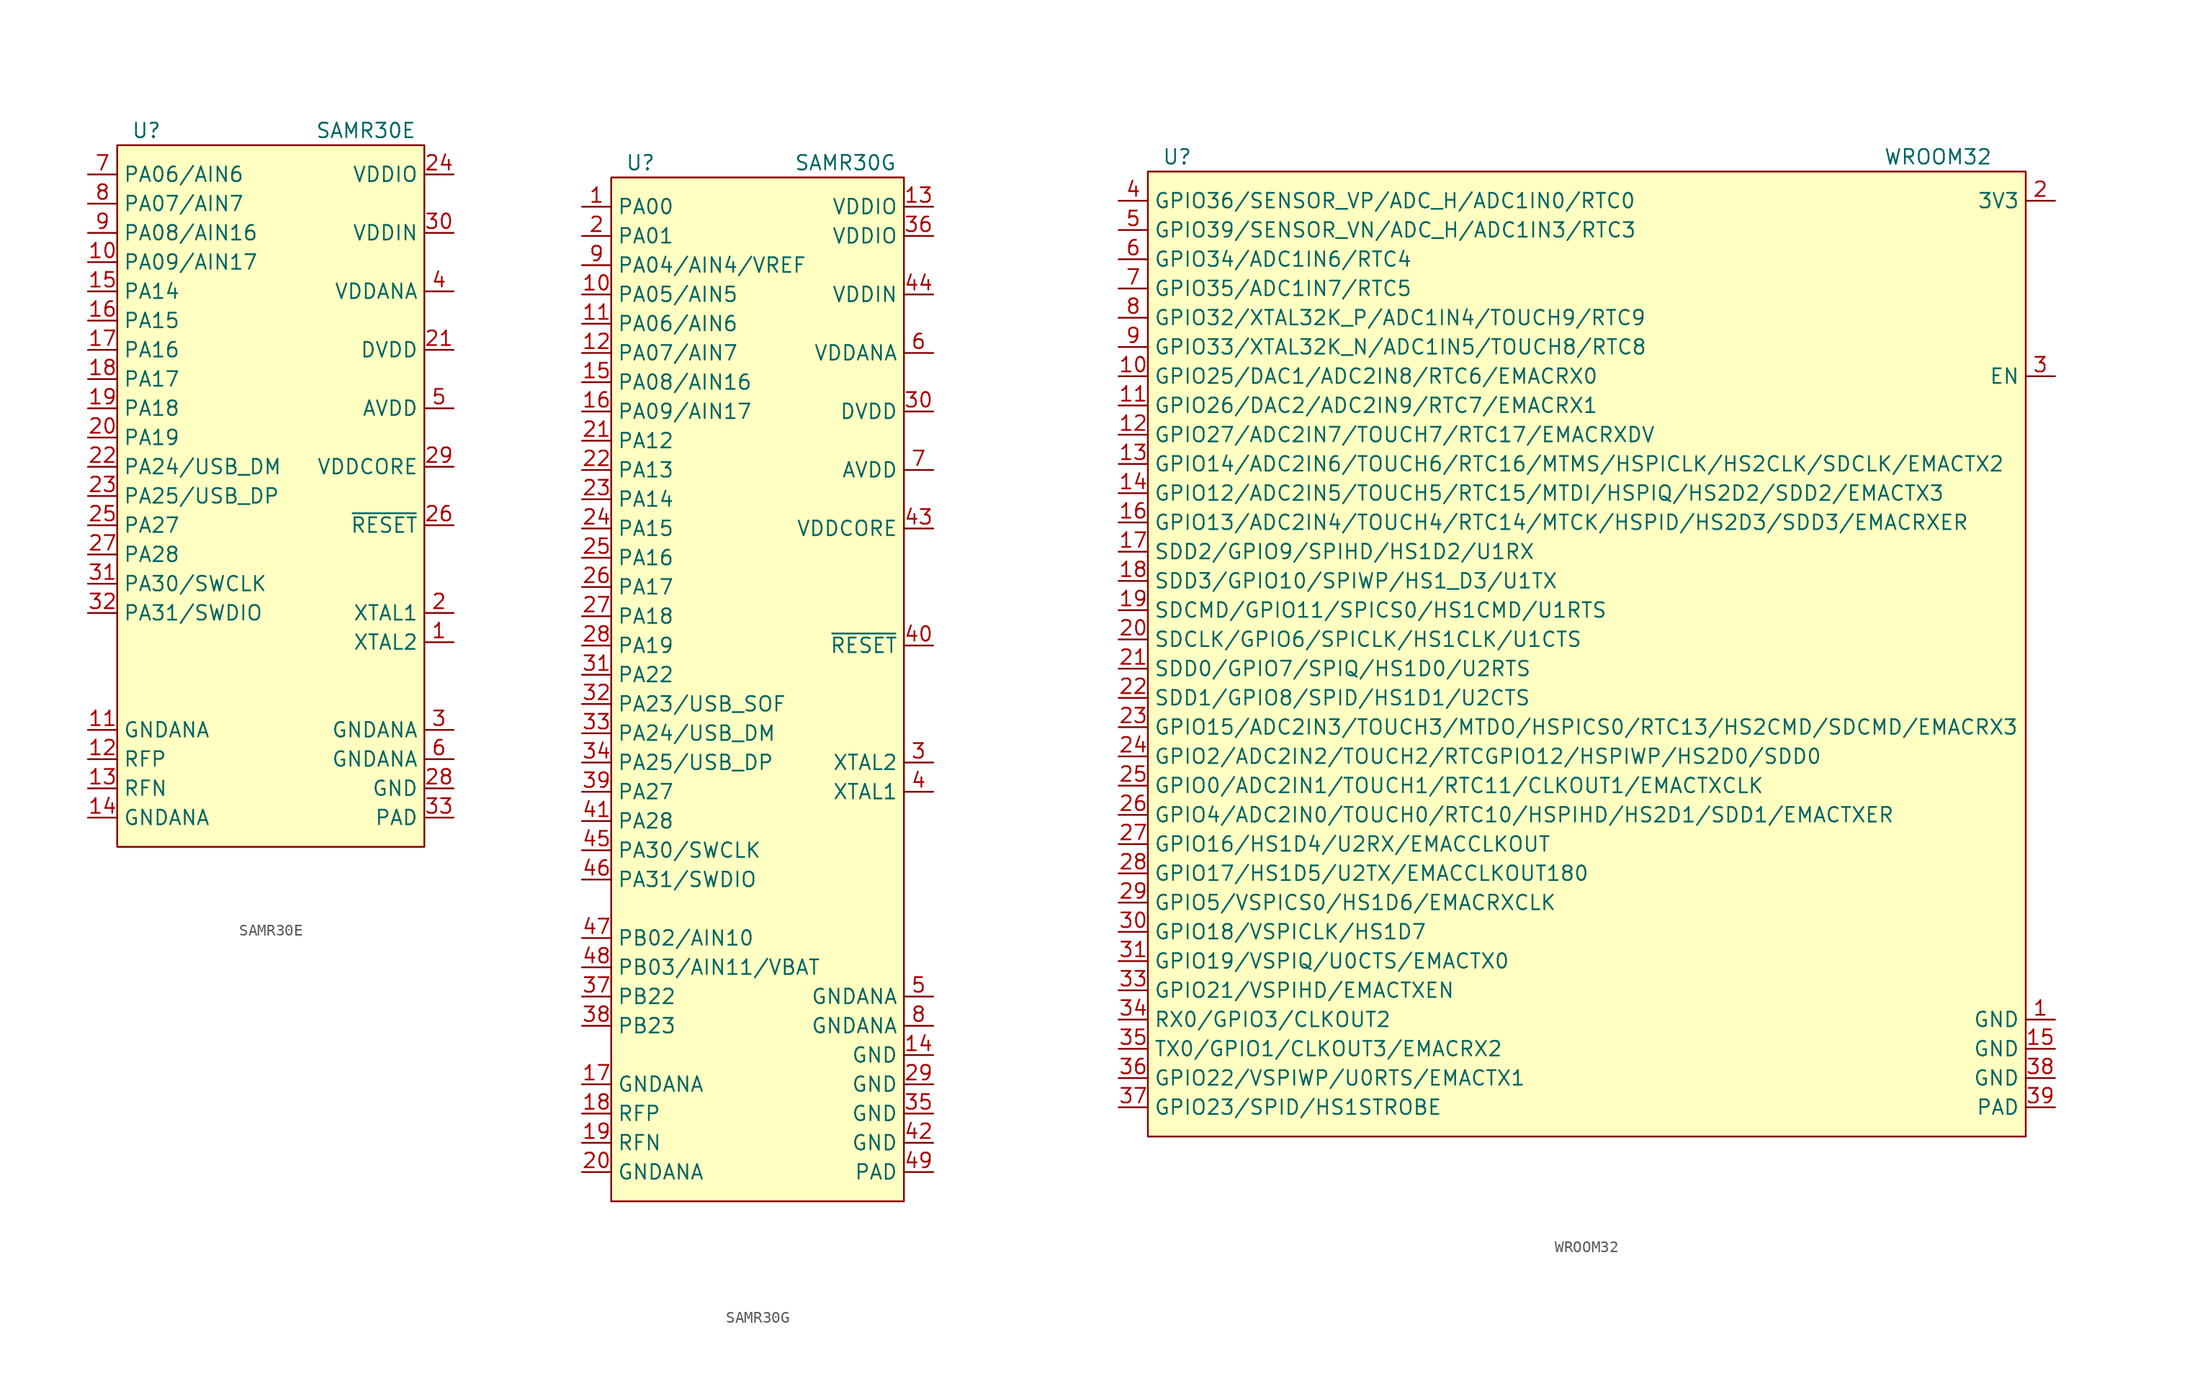
<source format=kicad_sym>
(kicad_symbol_lib
  (version 20220914)
  (generator kicad_symbol_editor)
  (symbol "SAMR30E"
    (property "Reference" "U"
      (at -10.16 34.29 0)
      (effects (font (size 1.27 1.27))))
    (property "Value" "SAMR30E"
      (at 8.89 34.29 0)
      (effects (font (size 1.27 1.27))))
    (symbol "SAMR30E_0_1"
      (rectangle (start -12.7 -27.94) (end 13.97 33.02) (stroke (width 0) (type default)) (fill (type background))))
    (symbol "SAMR30E_1_1"
      (pin output line (at 16.51 -10.16 180) (length 2.54) (name "XTAL2" (effects (font (size 1.27 1.27)))) (number "1" (effects (font (size 1.27 1.27)))))
      (pin bidirectional line (at -15.24 22.86 0) (length 2.54) (name "PA09/AIN17" (effects (font (size 1.27 1.27)))) (number "10" (effects (font (size 1.27 1.27)))))
      (pin power_in line (at -15.24 -17.78 0) (length 2.54) (name "GNDANA" (effects (font (size 1.27 1.27)))) (number "11" (effects (font (size 1.27 1.27)))))
      (pin bidirectional line (at -15.24 -20.32 0) (length 2.54) (name "RFP" (effects (font (size 1.27 1.27)))) (number "12" (effects (font (size 1.27 1.27)))))
      (pin bidirectional line (at -15.24 -22.86 0) (length 2.54) (name "RFN" (effects (font (size 1.27 1.27)))) (number "13" (effects (font (size 1.27 1.27)))))
      (pin bidirectional line (at -15.24 -25.4 0) (length 2.54) (name "GNDANA" (effects (font (size 1.27 1.27)))) (number "14" (effects (font (size 1.27 1.27)))))
      (pin bidirectional line (at -15.24 20.32 0) (length 2.54) (name "PA14" (effects (font (size 1.27 1.27)))) (number "15" (effects (font (size 1.27 1.27)))))
      (pin bidirectional line (at -15.24 17.78 0) (length 2.54) (name "PA15" (effects (font (size 1.27 1.27)))) (number "16" (effects (font (size 1.27 1.27)))))
      (pin bidirectional line (at -15.24 15.24 0) (length 2.54) (name "PA16" (effects (font (size 1.27 1.27)))) (number "17" (effects (font (size 1.27 1.27)))))
      (pin bidirectional line (at -15.24 12.7 0) (length 2.54) (name "PA17" (effects (font (size 1.27 1.27)))) (number "18" (effects (font (size 1.27 1.27)))))
      (pin bidirectional line (at -15.24 10.16 0) (length 2.54) (name "PA18" (effects (font (size 1.27 1.27)))) (number "19" (effects (font (size 1.27 1.27)))))
      (pin input line (at 16.51 -7.62 180) (length 2.54) (name "XTAL1" (effects (font (size 1.27 1.27)))) (number "2" (effects (font (size 1.27 1.27)))))
      (pin bidirectional line (at -15.24 7.62 0) (length 2.54) (name "PA19" (effects (font (size 1.27 1.27)))) (number "20" (effects (font (size 1.27 1.27)))))
      (pin power_out line (at 16.51 15.24 180) (length 2.54) (name "DVDD" (effects (font (size 1.27 1.27)))) (number "21" (effects (font (size 1.27 1.27)))))
      (pin bidirectional line (at -15.24 5.08 0) (length 2.54) (name "PA24/USB_DM" (effects (font (size 1.27 1.27)))) (number "22" (effects (font (size 1.27 1.27)))))
      (pin bidirectional line (at -15.24 2.54 0) (length 2.54) (name "PA25/USB_DP" (effects (font (size 1.27 1.27)))) (number "23" (effects (font (size 1.27 1.27)))))
      (pin power_in line (at 16.51 30.48 180) (length 2.54) (name "VDDIO" (effects (font (size 1.27 1.27)))) (number "24" (effects (font (size 1.27 1.27)))))
      (pin bidirectional line (at -15.24 0 0) (length 2.54) (name "PA27" (effects (font (size 1.27 1.27)))) (number "25" (effects (font (size 1.27 1.27)))))
      (pin input line (at 16.51 0 180) (length 2.54) (name "~{RESET}" (effects (font (size 1.27 1.27)))) (number "26" (effects (font (size 1.27 1.27)))))
      (pin bidirectional line (at -15.24 -2.54 0) (length 2.54) (name "PA28" (effects (font (size 1.27 1.27)))) (number "27" (effects (font (size 1.27 1.27)))))
      (pin power_in line (at 16.51 -22.86 180) (length 2.54) (name "GND" (effects (font (size 1.27 1.27)))) (number "28" (effects (font (size 1.27 1.27)))))
      (pin power_out line (at 16.51 5.08 180) (length 2.54) (name "VDDCORE" (effects (font (size 1.27 1.27)))) (number "29" (effects (font (size 1.27 1.27)))))
      (pin power_in line (at 16.51 -17.78 180) (length 2.54) (name "GNDANA" (effects (font (size 1.27 1.27)))) (number "3" (effects (font (size 1.27 1.27)))))
      (pin power_in line (at 16.51 25.4 180) (length 2.54) (name "VDDIN" (effects (font (size 1.27 1.27)))) (number "30" (effects (font (size 1.27 1.27)))))
      (pin bidirectional line (at -15.24 -5.08 0) (length 2.54) (name "PA30/SWCLK" (effects (font (size 1.27 1.27)))) (number "31" (effects (font (size 1.27 1.27)))))
      (pin bidirectional line (at -15.24 -7.62 0) (length 2.54) (name "PA31/SWDIO" (effects (font (size 1.27 1.27)))) (number "32" (effects (font (size 1.27 1.27)))))
      (pin power_in line (at 16.51 -25.4 180) (length 2.54) (name "PAD" (effects (font (size 1.27 1.27)))) (number "33" (effects (font (size 1.27 1.27)))))
      (pin power_in line (at 16.51 20.32 180) (length 2.54) (name "VDDANA" (effects (font (size 1.27 1.27)))) (number "4" (effects (font (size 1.27 1.27)))))
      (pin power_out line (at 16.51 10.16 180) (length 2.54) (name "AVDD" (effects (font (size 1.27 1.27)))) (number "5" (effects (font (size 1.27 1.27)))))
      (pin power_in line (at 16.51 -20.32 180) (length 2.54) (name "GNDANA" (effects (font (size 1.27 1.27)))) (number "6" (effects (font (size 1.27 1.27)))))
      (pin bidirectional line (at -15.24 30.48 0) (length 2.54) (name "PA06/AIN6" (effects (font (size 1.27 1.27)))) (number "7" (effects (font (size 1.27 1.27)))))
      (pin bidirectional line (at -15.24 27.94 0) (length 2.54) (name "PA07/AIN7" (effects (font (size 1.27 1.27)))) (number "8" (effects (font (size 1.27 1.27)))))
      (pin bidirectional line (at -15.24 25.4 0) (length 2.54) (name "PA08/AIN16" (effects (font (size 1.27 1.27)))) (number "9" (effects (font (size 1.27 1.27)))))))
  (symbol "SAMR30G"
    (property "Reference" "U"
      (at -11.43 39.37 0)
      (effects (font (size 1.27 1.27))))
    (property "Value" "SAMR30G"
      (at 6.35 39.37 0)
      (effects (font (size 1.27 1.27))))
    (symbol "SAMR30G_0_1"
      (rectangle (start -13.97 -50.8) (end 11.43 38.1) (stroke (width 0) (type default)) (fill (type background))))
    (symbol "SAMR30G_1_1"
      (pin bidirectional line (at -16.51 35.56 0) (length 2.54) (name "PA00" (effects (font (size 1.27 1.27)))) (number "1" (effects (font (size 1.27 1.27)))))
      (pin bidirectional line (at -16.51 27.94 0) (length 2.54) (name "PA05/AIN5" (effects (font (size 1.27 1.27)))) (number "10" (effects (font (size 1.27 1.27)))))
      (pin bidirectional line (at -16.51 25.4 0) (length 2.54) (name "PA06/AIN6" (effects (font (size 1.27 1.27)))) (number "11" (effects (font (size 1.27 1.27)))))
      (pin bidirectional line (at -16.51 22.86 0) (length 2.54) (name "PA07/AIN7" (effects (font (size 1.27 1.27)))) (number "12" (effects (font (size 1.27 1.27)))))
      (pin power_in line (at 13.97 35.56 180) (length 2.54) (name "VDDIO" (effects (font (size 1.27 1.27)))) (number "13" (effects (font (size 1.27 1.27)))))
      (pin power_in line (at 13.97 -38.1 180) (length 2.54) (name "GND" (effects (font (size 1.27 1.27)))) (number "14" (effects (font (size 1.27 1.27)))))
      (pin bidirectional line (at -16.51 20.32 0) (length 2.54) (name "PA08/AIN16" (effects (font (size 1.27 1.27)))) (number "15" (effects (font (size 1.27 1.27)))))
      (pin bidirectional line (at -16.51 17.78 0) (length 2.54) (name "PA09/AIN17" (effects (font (size 1.27 1.27)))) (number "16" (effects (font (size 1.27 1.27)))))
      (pin power_in line (at -16.51 -40.64 0) (length 2.54) (name "GNDANA" (effects (font (size 1.27 1.27)))) (number "17" (effects (font (size 1.27 1.27)))))
      (pin bidirectional line (at -16.51 -43.18 0) (length 2.54) (name "RFP" (effects (font (size 1.27 1.27)))) (number "18" (effects (font (size 1.27 1.27)))))
      (pin bidirectional line (at -16.51 -45.72 0) (length 2.54) (name "RFN" (effects (font (size 1.27 1.27)))) (number "19" (effects (font (size 1.27 1.27)))))
      (pin bidirectional line (at -16.51 33.02 0) (length 2.54) (name "PA01" (effects (font (size 1.27 1.27)))) (number "2" (effects (font (size 1.27 1.27)))))
      (pin power_in line (at -16.51 -48.26 0) (length 2.54) (name "GNDANA" (effects (font (size 1.27 1.27)))) (number "20" (effects (font (size 1.27 1.27)))))
      (pin bidirectional line (at -16.51 15.24 0) (length 2.54) (name "PA12" (effects (font (size 1.27 1.27)))) (number "21" (effects (font (size 1.27 1.27)))))
      (pin bidirectional line (at -16.51 12.7 0) (length 2.54) (name "PA13" (effects (font (size 1.27 1.27)))) (number "22" (effects (font (size 1.27 1.27)))))
      (pin bidirectional line (at -16.51 10.16 0) (length 2.54) (name "PA14" (effects (font (size 1.27 1.27)))) (number "23" (effects (font (size 1.27 1.27)))))
      (pin bidirectional line (at -16.51 7.62 0) (length 2.54) (name "PA15" (effects (font (size 1.27 1.27)))) (number "24" (effects (font (size 1.27 1.27)))))
      (pin bidirectional line (at -16.51 5.08 0) (length 2.54) (name "PA16" (effects (font (size 1.27 1.27)))) (number "25" (effects (font (size 1.27 1.27)))))
      (pin bidirectional line (at -16.51 2.54 0) (length 2.54) (name "PA17" (effects (font (size 1.27 1.27)))) (number "26" (effects (font (size 1.27 1.27)))))
      (pin bidirectional line (at -16.51 0 0) (length 2.54) (name "PA18" (effects (font (size 1.27 1.27)))) (number "27" (effects (font (size 1.27 1.27)))))
      (pin bidirectional line (at -16.51 -2.54 0) (length 2.54) (name "PA19" (effects (font (size 1.27 1.27)))) (number "28" (effects (font (size 1.27 1.27)))))
      (pin power_in line (at 13.97 -40.64 180) (length 2.54) (name "GND" (effects (font (size 1.27 1.27)))) (number "29" (effects (font (size 1.27 1.27)))))
      (pin output line (at 13.97 -12.7 180) (length 2.54) (name "XTAL2" (effects (font (size 1.27 1.27)))) (number "3" (effects (font (size 1.27 1.27)))))
      (pin power_out line (at 13.97 17.78 180) (length 2.54) (name "DVDD" (effects (font (size 1.27 1.27)))) (number "30" (effects (font (size 1.27 1.27)))))
      (pin bidirectional line (at -16.51 -5.08 0) (length 2.54) (name "PA22" (effects (font (size 1.27 1.27)))) (number "31" (effects (font (size 1.27 1.27)))))
      (pin bidirectional line (at -16.51 -7.62 0) (length 2.54) (name "PA23/USB_SOF" (effects (font (size 1.27 1.27)))) (number "32" (effects (font (size 1.27 1.27)))))
      (pin bidirectional line (at -16.51 -10.16 0) (length 2.54) (name "PA24/USB_DM" (effects (font (size 1.27 1.27)))) (number "33" (effects (font (size 1.27 1.27)))))
      (pin bidirectional line (at -16.51 -12.7 0) (length 2.54) (name "PA25/USB_DP" (effects (font (size 1.27 1.27)))) (number "34" (effects (font (size 1.27 1.27)))))
      (pin power_in line (at 13.97 -43.18 180) (length 2.54) (name "GND" (effects (font (size 1.27 1.27)))) (number "35" (effects (font (size 1.27 1.27)))))
      (pin power_in line (at 13.97 33.02 180) (length 2.54) (name "VDDIO" (effects (font (size 1.27 1.27)))) (number "36" (effects (font (size 1.27 1.27)))))
      (pin bidirectional line (at -16.51 -33.02 0) (length 2.54) (name "PB22" (effects (font (size 1.27 1.27)))) (number "37" (effects (font (size 1.27 1.27)))))
      (pin bidirectional line (at -16.51 -35.56 0) (length 2.54) (name "PB23" (effects (font (size 1.27 1.27)))) (number "38" (effects (font (size 1.27 1.27)))))
      (pin bidirectional line (at -16.51 -15.24 0) (length 2.54) (name "PA27" (effects (font (size 1.27 1.27)))) (number "39" (effects (font (size 1.27 1.27)))))
      (pin input line (at 13.97 -15.24 180) (length 2.54) (name "XTAL1" (effects (font (size 1.27 1.27)))) (number "4" (effects (font (size 1.27 1.27)))))
      (pin input line (at 13.97 -2.54 180) (length 2.54) (name "~{RESET}" (effects (font (size 1.27 1.27)))) (number "40" (effects (font (size 1.27 1.27)))))
      (pin bidirectional line (at -16.51 -17.78 0) (length 2.54) (name "PA28" (effects (font (size 1.27 1.27)))) (number "41" (effects (font (size 1.27 1.27)))))
      (pin power_in line (at 13.97 -45.72 180) (length 2.54) (name "GND" (effects (font (size 1.27 1.27)))) (number "42" (effects (font (size 1.27 1.27)))))
      (pin power_out line (at 13.97 7.62 180) (length 2.54) (name "VDDCORE" (effects (font (size 1.27 1.27)))) (number "43" (effects (font (size 1.27 1.27)))))
      (pin power_in line (at 13.97 27.94 180) (length 2.54) (name "VDDIN" (effects (font (size 1.27 1.27)))) (number "44" (effects (font (size 1.27 1.27)))))
      (pin bidirectional line (at -16.51 -20.32 0) (length 2.54) (name "PA30/SWCLK" (effects (font (size 1.27 1.27)))) (number "45" (effects (font (size 1.27 1.27)))))
      (pin bidirectional line (at -16.51 -22.86 0) (length 2.54) (name "PA31/SWDIO" (effects (font (size 1.27 1.27)))) (number "46" (effects (font (size 1.27 1.27)))))
      (pin bidirectional line (at -16.51 -27.94 0) (length 2.54) (name "PB02/AIN10" (effects (font (size 1.27 1.27)))) (number "47" (effects (font (size 1.27 1.27)))))
      (pin bidirectional line (at -16.51 -30.48 0) (length 2.54) (name "PB03/AIN11/VBAT" (effects (font (size 1.27 1.27)))) (number "48" (effects (font (size 1.27 1.27)))))
      (pin power_in line (at 13.97 -48.26 180) (length 2.54) (name "PAD" (effects (font (size 1.27 1.27)))) (number "49" (effects (font (size 1.27 1.27)))))
      (pin power_in line (at 13.97 -33.02 180) (length 2.54) (name "GNDANA" (effects (font (size 1.27 1.27)))) (number "5" (effects (font (size 1.27 1.27)))))
      (pin power_in line (at 13.97 22.86 180) (length 2.54) (name "VDDANA" (effects (font (size 1.27 1.27)))) (number "6" (effects (font (size 1.27 1.27)))))
      (pin power_out line (at 13.97 12.7 180) (length 2.54) (name "AVDD" (effects (font (size 1.27 1.27)))) (number "7" (effects (font (size 1.27 1.27)))))
      (pin power_in line (at 13.97 -35.56 180) (length 2.54) (name "GNDANA" (effects (font (size 1.27 1.27)))) (number "8" (effects (font (size 1.27 1.27)))))
      (pin bidirectional line (at -16.51 30.48 0) (length 2.54) (name "PA04/AIN4/VREF" (effects (font (size 1.27 1.27)))) (number "9" (effects (font (size 1.27 1.27)))))))
  (symbol "WROOM32"
    (property "Reference" "U"
      (at -27.94 44.45 0)
      (effects (font (size 1.27 1.27))))
    (property "Value" "WROOM32"
      (at 38.1 44.45 0)
      (effects (font (size 1.27 1.27))))
    (symbol "WROOM32_0_1"
      (rectangle (start -30.48 43.18) (end 45.72 -40.64) (stroke (width 0) (type default)) (fill (type background))))
    (symbol "WROOM32_1_1"
      (pin power_in line (at 48.26 -30.48 180) (length 2.54) (name "GND" (effects (font (size 1.27 1.27)))) (number "1" (effects (font (size 1.27 1.27)))))
      (pin bidirectional line (at -33.02 25.4 0) (length 2.54) (name "GPIO25/DAC1/ADC2IN8/RTC6/EMACRX0" (effects (font (size 1.27 1.27)))) (number "10" (effects (font (size 1.27 1.27)))))
      (pin bidirectional line (at -33.02 22.86 0) (length 2.54) (name "GPIO26/DAC2/ADC2IN9/RTC7/EMACRX1" (effects (font (size 1.27 1.27)))) (number "11" (effects (font (size 1.27 1.27)))))
      (pin bidirectional line (at -33.02 20.32 0) (length 2.54) (name "GPIO27/ADC2IN7/TOUCH7/RTC17/EMACRXDV" (effects (font (size 1.27 1.27)))) (number "12" (effects (font (size 1.27 1.27)))))
      (pin bidirectional line (at -33.02 17.78 0) (length 2.54) (name "GPIO14/ADC2IN6/TOUCH6/RTC16/MTMS/HSPICLK/HS2CLK/SDCLK/EMACTX2" (effects (font (size 1.27 1.27)))) (number "13" (effects (font (size 1.27 1.27)))))
      (pin bidirectional line (at -33.02 15.24 0) (length 2.54) (name "GPIO12/ADC2IN5/TOUCH5/RTC15/MTDI/HSPIQ/HS2D2/SDD2/EMACTX3" (effects (font (size 1.27 1.27)))) (number "14" (effects (font (size 1.27 1.27)))))
      (pin power_in line (at 48.26 -33.02 180) (length 2.54) (name "GND" (effects (font (size 1.27 1.27)))) (number "15" (effects (font (size 1.27 1.27)))))
      (pin bidirectional line (at -33.02 12.7 0) (length 2.54) (name "GPIO13/ADC2IN4/TOUCH4/RTC14/MTCK/HSPID/HS2D3/SDD3/EMACRXER" (effects (font (size 1.27 1.27)))) (number "16" (effects (font (size 1.27 1.27)))))
      (pin bidirectional line (at -33.02 10.16 0) (length 2.54) (name "SDD2/GPIO9/SPIHD/HS1D2/U1RX" (effects (font (size 1.27 1.27)))) (number "17" (effects (font (size 1.27 1.27)))))
      (pin bidirectional line (at -33.02 7.62 0) (length 2.54) (name "SDD3/GPIO10/SPIWP/HS1_D3/U1TX" (effects (font (size 1.27 1.27)))) (number "18" (effects (font (size 1.27 1.27)))))
      (pin bidirectional line (at -33.02 5.08 0) (length 2.54) (name "SDCMD/GPIO11/SPICS0/HS1CMD/U1RTS" (effects (font (size 1.27 1.27)))) (number "19" (effects (font (size 1.27 1.27)))))
      (pin power_in line (at 48.26 40.64 180) (length 2.54) (name "3V3" (effects (font (size 1.27 1.27)))) (number "2" (effects (font (size 1.27 1.27)))))
      (pin bidirectional line (at -33.02 2.54 0) (length 2.54) (name "SDCLK/GPIO6/SPICLK/HS1CLK/U1CTS" (effects (font (size 1.27 1.27)))) (number "20" (effects (font (size 1.27 1.27)))))
      (pin bidirectional line (at -33.02 0 0) (length 2.54) (name "SDD0/GPIO7/SPIQ/HS1D0/U2RTS" (effects (font (size 1.27 1.27)))) (number "21" (effects (font (size 1.27 1.27)))))
      (pin bidirectional line (at -33.02 -2.54 0) (length 2.54) (name "SDD1/GPIO8/SPID/HS1D1/U2CTS" (effects (font (size 1.27 1.27)))) (number "22" (effects (font (size 1.27 1.27)))))
      (pin bidirectional line (at -33.02 -5.08 0) (length 2.54) (name "GPIO15/ADC2IN3/TOUCH3/MTDO/HSPICS0/RTC13/HS2CMD/SDCMD/EMACRX3" (effects (font (size 1.27 1.27)))) (number "23" (effects (font (size 1.27 1.27)))))
      (pin bidirectional line (at -33.02 -7.62 0) (length 2.54) (name "GPIO2/ADC2IN2/TOUCH2/RTCGPIO12/HSPIWP/HS2D0/SDD0" (effects (font (size 1.27 1.27)))) (number "24" (effects (font (size 1.27 1.27)))))
      (pin bidirectional line (at -33.02 -10.16 0) (length 2.54) (name "GPIO0/ADC2IN1/TOUCH1/RTC11/CLKOUT1/EMACTXCLK" (effects (font (size 1.27 1.27)))) (number "25" (effects (font (size 1.27 1.27)))))
      (pin bidirectional line (at -33.02 -12.7 0) (length 2.54) (name "GPIO4/ADC2IN0/TOUCH0/RTC10/HSPIHD/HS2D1/SDD1/EMACTXER" (effects (font (size 1.27 1.27)))) (number "26" (effects (font (size 1.27 1.27)))))
      (pin bidirectional line (at -33.02 -15.24 0) (length 2.54) (name "GPIO16/HS1D4/U2RX/EMACCLKOUT" (effects (font (size 1.27 1.27)))) (number "27" (effects (font (size 1.27 1.27)))))
      (pin bidirectional line (at -33.02 -17.78 0) (length 2.54) (name "GPIO17/HS1D5/U2TX/EMACCLKOUT180" (effects (font (size 1.27 1.27)))) (number "28" (effects (font (size 1.27 1.27)))))
      (pin bidirectional line (at -33.02 -20.32 0) (length 2.54) (name "GPIO5/VSPICS0/HS1D6/EMACRXCLK" (effects (font (size 1.27 1.27)))) (number "29" (effects (font (size 1.27 1.27)))))
      (pin input line (at 48.26 25.4 180) (length 2.54) (name "EN" (effects (font (size 1.27 1.27)))) (number "3" (effects (font (size 1.27 1.27)))))
      (pin bidirectional line (at -33.02 -22.86 0) (length 2.54) (name "GPIO18/VSPICLK/HS1D7" (effects (font (size 1.27 1.27)))) (number "30" (effects (font (size 1.27 1.27)))))
      (pin bidirectional line (at -33.02 -25.4 0) (length 2.54) (name "GPIO19/VSPIQ/U0CTS/EMACTX0" (effects (font (size 1.27 1.27)))) (number "31" (effects (font (size 1.27 1.27)))))
      (pin bidirectional line (at -33.02 -27.94 0) (length 2.54) (name "GPIO21/VSPIHD/EMACTXEN" (effects (font (size 1.27 1.27)))) (number "33" (effects (font (size 1.27 1.27)))))
      (pin bidirectional line (at -33.02 -30.48 0) (length 2.54) (name "RX0/GPIO3/CLKOUT2" (effects (font (size 1.27 1.27)))) (number "34" (effects (font (size 1.27 1.27)))))
      (pin bidirectional line (at -33.02 -33.02 0) (length 2.54) (name "TX0/GPIO1/CLKOUT3/EMACRX2" (effects (font (size 1.27 1.27)))) (number "35" (effects (font (size 1.27 1.27)))))
      (pin bidirectional line (at -33.02 -35.56 0) (length 2.54) (name "GPIO22/VSPIWP/U0RTS/EMACTX1" (effects (font (size 1.27 1.27)))) (number "36" (effects (font (size 1.27 1.27)))))
      (pin bidirectional line (at -33.02 -38.1 0) (length 2.54) (name "GPIO23/SPID/HS1STROBE" (effects (font (size 1.27 1.27)))) (number "37" (effects (font (size 1.27 1.27)))))
      (pin power_in line (at 48.26 -35.56 180) (length 2.54) (name "GND" (effects (font (size 1.27 1.27)))) (number "38" (effects (font (size 1.27 1.27)))))
      (pin power_in line (at 48.26 -38.1 180) (length 2.54) (name "PAD" (effects (font (size 1.27 1.27)))) (number "39" (effects (font (size 1.27 1.27)))))
      (pin input line (at -33.02 40.64 0) (length 2.54) (name "GPIO36/SENSOR_VP/ADC_H/ADC1IN0/RTC0" (effects (font (size 1.27 1.27)))) (number "4" (effects (font (size 1.27 1.27)))))
      (pin input line (at -33.02 38.1 0) (length 2.54) (name "GPIO39/SENSOR_VN/ADC_H/ADC1IN3/RTC3" (effects (font (size 1.27 1.27)))) (number "5" (effects (font (size 1.27 1.27)))))
      (pin input line (at -33.02 35.56 0) (length 2.54) (name "GPIO34/ADC1IN6/RTC4" (effects (font (size 1.27 1.27)))) (number "6" (effects (font (size 1.27 1.27)))))
      (pin input line (at -33.02 33.02 0) (length 2.54) (name "GPIO35/ADC1IN7/RTC5" (effects (font (size 1.27 1.27)))) (number "7" (effects (font (size 1.27 1.27)))))
      (pin bidirectional line (at -33.02 30.48 0) (length 2.54) (name "GPIO32/XTAL32K_P/ADC1IN4/TOUCH9/RTC9" (effects (font (size 1.27 1.27)))) (number "8" (effects (font (size 1.27 1.27)))))
      (pin bidirectional line (at -33.02 27.94 0) (length 2.54) (name "GPIO33/XTAL32K_N/ADC1IN5/TOUCH8/RTC8" (effects (font (size 1.27 1.27)))) (number "9" (effects (font (size 1.27 1.27))))))))
</source>
